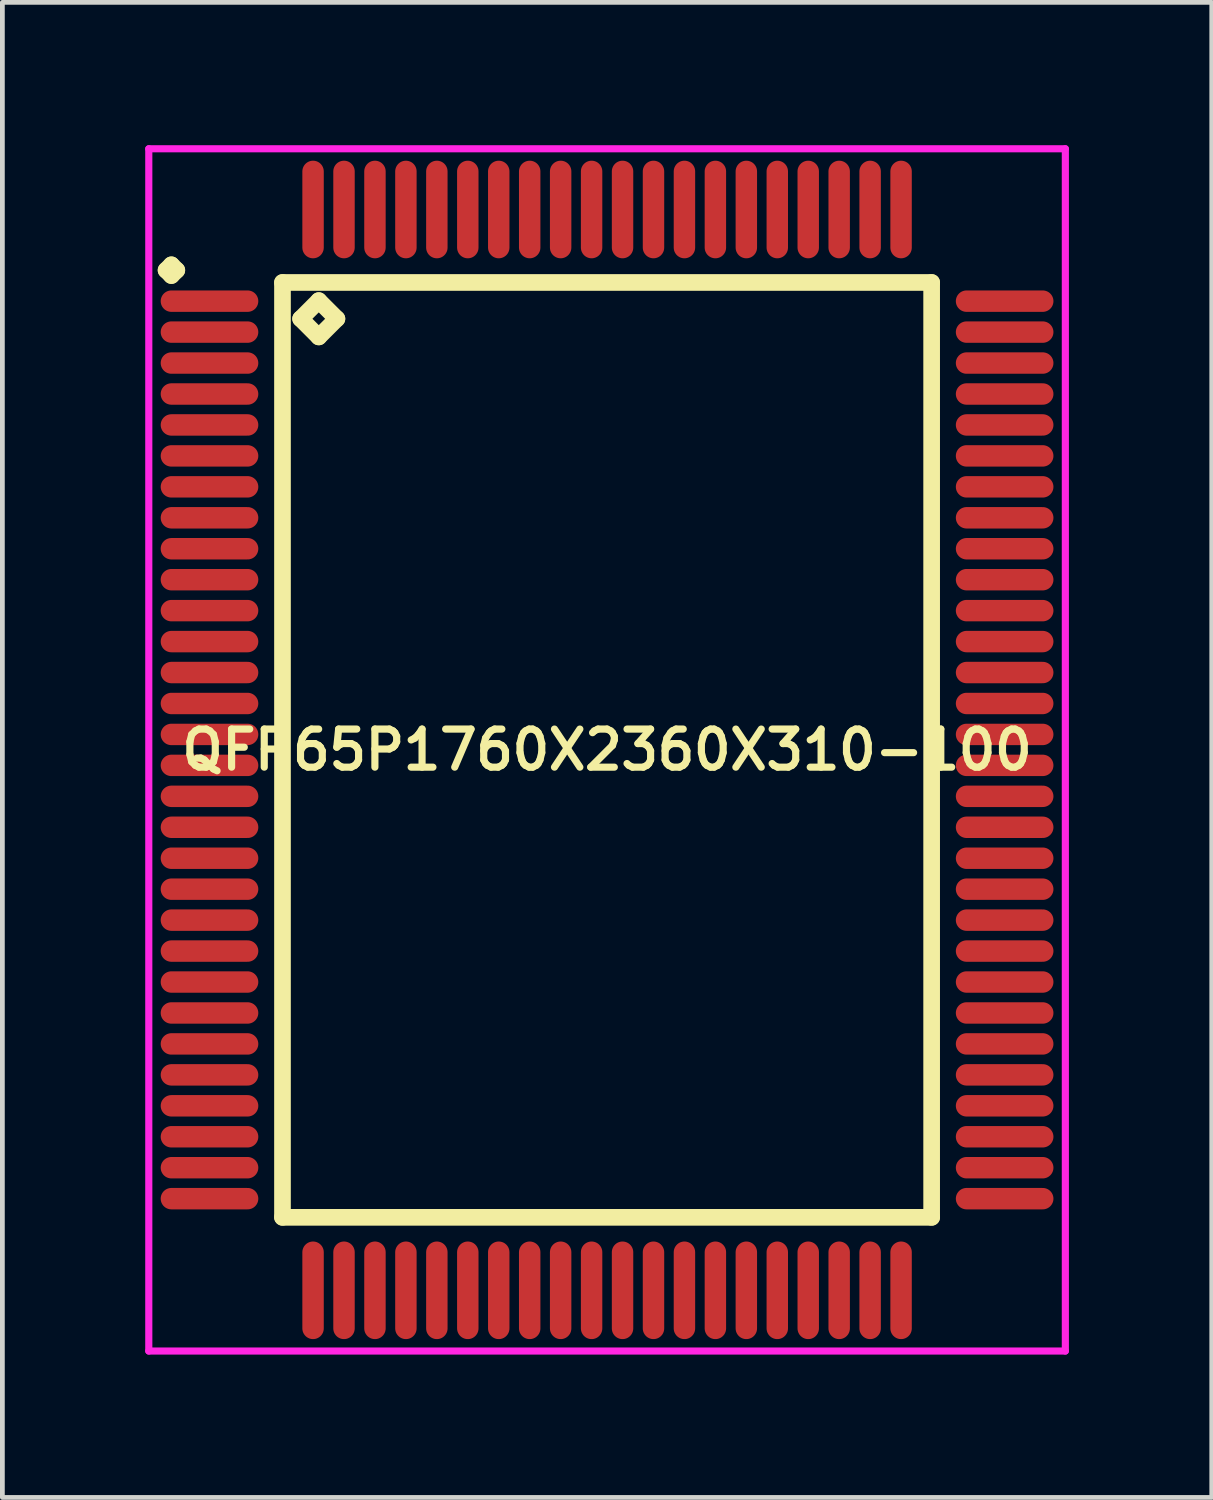
<source format=kicad_pcb>
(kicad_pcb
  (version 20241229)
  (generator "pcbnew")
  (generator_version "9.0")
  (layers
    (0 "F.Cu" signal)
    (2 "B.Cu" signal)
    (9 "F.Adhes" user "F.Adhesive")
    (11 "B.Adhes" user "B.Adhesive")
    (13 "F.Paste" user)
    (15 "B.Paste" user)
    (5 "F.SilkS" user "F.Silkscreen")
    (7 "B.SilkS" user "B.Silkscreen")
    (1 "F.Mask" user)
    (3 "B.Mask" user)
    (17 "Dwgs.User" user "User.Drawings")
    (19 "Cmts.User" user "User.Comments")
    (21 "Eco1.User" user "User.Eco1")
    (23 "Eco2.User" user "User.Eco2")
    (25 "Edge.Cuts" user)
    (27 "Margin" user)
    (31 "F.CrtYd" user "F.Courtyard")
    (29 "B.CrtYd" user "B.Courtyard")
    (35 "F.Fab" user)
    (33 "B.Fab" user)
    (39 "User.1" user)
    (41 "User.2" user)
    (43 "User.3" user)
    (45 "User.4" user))
  (footprint "QFP65P1760X2360X310-100"
    (layer "F.Cu")
    (at 9.7 12.7)
    (property "Reference" "QFP65P1760X2360X310-100" (at 0 0 0) (layer "F.SilkS") (effects (font (size 0.8 0.8) (thickness 0.15))))
    (attr smd)
    (fp_line (start -9.262 -10.075) (end -9.15 -10.188) (stroke (width 0.35) (type solid)) (layer "F.SilkS"))
    (fp_line (start -9.15 -10.188) (end -9.037 -10.075) (stroke (width 0.35) (type solid)) (layer "F.SilkS"))
    (fp_line (start -9.15 -9.963) (end -9.262 -10.075) (stroke (width 0.35) (type solid)) (layer "F.SilkS"))
    (fp_line (start -9.037 -10.075) (end -9.15 -9.963) (stroke (width 0.35) (type solid)) (layer "F.SilkS"))
    (fp_line (start -6.817 -9.817) (end -6.817 9.817) (stroke (width 0.35) (type solid)) (layer "F.SilkS"))
    (fp_line (start -6.817 9.817) (end 6.817 9.817) (stroke (width 0.35) (type solid)) (layer "F.SilkS"))
    (fp_line (start -6.436 -9.055) (end -6.055 -9.436) (stroke (width 0.35) (type solid)) (layer "F.SilkS"))
    (fp_line (start -6.055 -9.436) (end -5.674 -9.055) (stroke (width 0.35) (type solid)) (layer "F.SilkS"))
    (fp_line (start -6.055 -8.674) (end -6.436 -9.055) (stroke (width 0.35) (type solid)) (layer "F.SilkS"))
    (fp_line (start -5.674 -9.055) (end -6.055 -8.674) (stroke (width 0.35) (type solid)) (layer "F.SilkS"))
    (fp_line (start 6.817 -9.817) (end -6.817 -9.817) (stroke (width 0.35) (type solid)) (layer "F.SilkS"))
    (fp_line (start 6.817 9.817) (end 6.817 -9.817) (stroke (width 0.35) (type solid)) (layer "F.SilkS"))
    (fp_line (start -9.625 -12.625) (end 9.625 -12.625) (stroke (width 0.15) (type solid)) (layer "F.CrtYd"))
    (fp_line (start -9.625 12.625) (end -9.625 -12.625) (stroke (width 0.15) (type solid)) (layer "F.CrtYd"))
    (fp_line (start 9.625 -12.625) (end 9.625 12.625) (stroke (width 0.15) (type solid)) (layer "F.CrtYd"))
    (fp_line (start 9.625 12.625) (end -9.625 12.625) (stroke (width 0.15) (type solid)) (layer "F.CrtYd"))
    (pad "1" smd oval (at -8.35 -9.425) (size 2.05 0.45) (layers "F.Cu" "F.Mask" "F.Paste"))
    (pad "2" smd oval (at -8.35 -8.775) (size 2.05 0.45) (layers "F.Cu" "F.Mask" "F.Paste"))
    (pad "3" smd oval (at -8.35 -8.125) (size 2.05 0.45) (layers "F.Cu" "F.Mask" "F.Paste"))
    (pad "4" smd oval (at -8.35 -7.475) (size 2.05 0.45) (layers "F.Cu" "F.Mask" "F.Paste"))
    (pad "5" smd oval (at -8.35 -6.825) (size 2.05 0.45) (layers "F.Cu" "F.Mask" "F.Paste"))
    (pad "6" smd oval (at -8.35 -6.175) (size 2.05 0.45) (layers "F.Cu" "F.Mask" "F.Paste"))
    (pad "7" smd oval (at -8.35 -5.525) (size 2.05 0.45) (layers "F.Cu" "F.Mask" "F.Paste"))
    (pad "8" smd oval (at -8.35 -4.875) (size 2.05 0.45) (layers "F.Cu" "F.Mask" "F.Paste"))
    (pad "9" smd oval (at -8.35 -4.225) (size 2.05 0.45) (layers "F.Cu" "F.Mask" "F.Paste"))
    (pad "10" smd oval (at -8.35 -3.575) (size 2.05 0.45) (layers "F.Cu" "F.Mask" "F.Paste"))
    (pad "11" smd oval (at -8.35 -2.925) (size 2.05 0.45) (layers "F.Cu" "F.Mask" "F.Paste"))
    (pad "12" smd oval (at -8.35 -2.275) (size 2.05 0.45) (layers "F.Cu" "F.Mask" "F.Paste"))
    (pad "13" smd oval (at -8.35 -1.625) (size 2.05 0.45) (layers "F.Cu" "F.Mask" "F.Paste"))
    (pad "14" smd oval (at -8.35 -0.975) (size 2.05 0.45) (layers "F.Cu" "F.Mask" "F.Paste"))
    (pad "15" smd oval (at -8.35 -0.325) (size 2.05 0.45) (layers "F.Cu" "F.Mask" "F.Paste"))
    (pad "16" smd oval (at -8.35 0.325) (size 2.05 0.45) (layers "F.Cu" "F.Mask" "F.Paste"))
    (pad "17" smd oval (at -8.35 0.975) (size 2.05 0.45) (layers "F.Cu" "F.Mask" "F.Paste"))
    (pad "18" smd oval (at -8.35 1.625) (size 2.05 0.45) (layers "F.Cu" "F.Mask" "F.Paste"))
    (pad "19" smd oval (at -8.35 2.275) (size 2.05 0.45) (layers "F.Cu" "F.Mask" "F.Paste"))
    (pad "20" smd oval (at -8.35 2.925) (size 2.05 0.45) (layers "F.Cu" "F.Mask" "F.Paste"))
    (pad "21" smd oval (at -8.35 3.575) (size 2.05 0.45) (layers "F.Cu" "F.Mask" "F.Paste"))
    (pad "22" smd oval (at -8.35 4.225) (size 2.05 0.45) (layers "F.Cu" "F.Mask" "F.Paste"))
    (pad "23" smd oval (at -8.35 4.875) (size 2.05 0.45) (layers "F.Cu" "F.Mask" "F.Paste"))
    (pad "24" smd oval (at -8.35 5.525) (size 2.05 0.45) (layers "F.Cu" "F.Mask" "F.Paste"))
    (pad "25" smd oval (at -8.35 6.175) (size 2.05 0.45) (layers "F.Cu" "F.Mask" "F.Paste"))
    (pad "26" smd oval (at -8.35 6.825) (size 2.05 0.45) (layers "F.Cu" "F.Mask" "F.Paste"))
    (pad "27" smd oval (at -8.35 7.475) (size 2.05 0.45) (layers "F.Cu" "F.Mask" "F.Paste"))
    (pad "28" smd oval (at -8.35 8.125) (size 2.05 0.45) (layers "F.Cu" "F.Mask" "F.Paste"))
    (pad "29" smd oval (at -8.35 8.775) (size 2.05 0.45) (layers "F.Cu" "F.Mask" "F.Paste"))
    (pad "30" smd oval (at -8.35 9.425) (size 2.05 0.45) (layers "F.Cu" "F.Mask" "F.Paste"))
    (pad "31" smd oval (at -6.175 11.35) (size 0.45 2.05) (layers "F.Cu" "F.Mask" "F.Paste"))
    (pad "32" smd oval (at -5.525 11.35) (size 0.45 2.05) (layers "F.Cu" "F.Mask" "F.Paste"))
    (pad "33" smd oval (at -4.875 11.35) (size 0.45 2.05) (layers "F.Cu" "F.Mask" "F.Paste"))
    (pad "34" smd oval (at -4.225 11.35) (size 0.45 2.05) (layers "F.Cu" "F.Mask" "F.Paste"))
    (pad "35" smd oval (at -3.575 11.35) (size 0.45 2.05) (layers "F.Cu" "F.Mask" "F.Paste"))
    (pad "36" smd oval (at -2.925 11.35) (size 0.45 2.05) (layers "F.Cu" "F.Mask" "F.Paste"))
    (pad "37" smd oval (at -2.275 11.35) (size 0.45 2.05) (layers "F.Cu" "F.Mask" "F.Paste"))
    (pad "38" smd oval (at -1.625 11.35) (size 0.45 2.05) (layers "F.Cu" "F.Mask" "F.Paste"))
    (pad "39" smd oval (at -0.975 11.35) (size 0.45 2.05) (layers "F.Cu" "F.Mask" "F.Paste"))
    (pad "40" smd oval (at -0.325 11.35) (size 0.45 2.05) (layers "F.Cu" "F.Mask" "F.Paste"))
    (pad "41" smd oval (at 0.325 11.35) (size 0.45 2.05) (layers "F.Cu" "F.Mask" "F.Paste"))
    (pad "42" smd oval (at 0.975 11.35) (size 0.45 2.05) (layers "F.Cu" "F.Mask" "F.Paste"))
    (pad "43" smd oval (at 1.625 11.35) (size 0.45 2.05) (layers "F.Cu" "F.Mask" "F.Paste"))
    (pad "44" smd oval (at 2.275 11.35) (size 0.45 2.05) (layers "F.Cu" "F.Mask" "F.Paste"))
    (pad "45" smd oval (at 2.925 11.35) (size 0.45 2.05) (layers "F.Cu" "F.Mask" "F.Paste"))
    (pad "46" smd oval (at 3.575 11.35) (size 0.45 2.05) (layers "F.Cu" "F.Mask" "F.Paste"))
    (pad "47" smd oval (at 4.225 11.35) (size 0.45 2.05) (layers "F.Cu" "F.Mask" "F.Paste"))
    (pad "48" smd oval (at 4.875 11.35) (size 0.45 2.05) (layers "F.Cu" "F.Mask" "F.Paste"))
    (pad "49" smd oval (at 5.525 11.35) (size 0.45 2.05) (layers "F.Cu" "F.Mask" "F.Paste"))
    (pad "50" smd oval (at 6.175 11.35) (size 0.45 2.05) (layers "F.Cu" "F.Mask" "F.Paste"))
    (pad "51" smd oval (at 8.35 9.425) (size 2.05 0.45) (layers "F.Cu" "F.Mask" "F.Paste"))
    (pad "52" smd oval (at 8.35 8.775) (size 2.05 0.45) (layers "F.Cu" "F.Mask" "F.Paste"))
    (pad "53" smd oval (at 8.35 8.125) (size 2.05 0.45) (layers "F.Cu" "F.Mask" "F.Paste"))
    (pad "54" smd oval (at 8.35 7.475) (size 2.05 0.45) (layers "F.Cu" "F.Mask" "F.Paste"))
    (pad "55" smd oval (at 8.35 6.825) (size 2.05 0.45) (layers "F.Cu" "F.Mask" "F.Paste"))
    (pad "56" smd oval (at 8.35 6.175) (size 2.05 0.45) (layers "F.Cu" "F.Mask" "F.Paste"))
    (pad "57" smd oval (at 8.35 5.525) (size 2.05 0.45) (layers "F.Cu" "F.Mask" "F.Paste"))
    (pad "58" smd oval (at 8.35 4.875) (size 2.05 0.45) (layers "F.Cu" "F.Mask" "F.Paste"))
    (pad "59" smd oval (at 8.35 4.225) (size 2.05 0.45) (layers "F.Cu" "F.Mask" "F.Paste"))
    (pad "60" smd oval (at 8.35 3.575) (size 2.05 0.45) (layers "F.Cu" "F.Mask" "F.Paste"))
    (pad "61" smd oval (at 8.35 2.925) (size 2.05 0.45) (layers "F.Cu" "F.Mask" "F.Paste"))
    (pad "62" smd oval (at 8.35 2.275) (size 2.05 0.45) (layers "F.Cu" "F.Mask" "F.Paste"))
    (pad "63" smd oval (at 8.35 1.625) (size 2.05 0.45) (layers "F.Cu" "F.Mask" "F.Paste"))
    (pad "64" smd oval (at 8.35 0.975) (size 2.05 0.45) (layers "F.Cu" "F.Mask" "F.Paste"))
    (pad "65" smd oval (at 8.35 0.325) (size 2.05 0.45) (layers "F.Cu" "F.Mask" "F.Paste"))
    (pad "66" smd oval (at 8.35 -0.325) (size 2.05 0.45) (layers "F.Cu" "F.Mask" "F.Paste"))
    (pad "67" smd oval (at 8.35 -0.975) (size 2.05 0.45) (layers "F.Cu" "F.Mask" "F.Paste"))
    (pad "68" smd oval (at 8.35 -1.625) (size 2.05 0.45) (layers "F.Cu" "F.Mask" "F.Paste"))
    (pad "69" smd oval (at 8.35 -2.275) (size 2.05 0.45) (layers "F.Cu" "F.Mask" "F.Paste"))
    (pad "70" smd oval (at 8.35 -2.925) (size 2.05 0.45) (layers "F.Cu" "F.Mask" "F.Paste"))
    (pad "71" smd oval (at 8.35 -3.575) (size 2.05 0.45) (layers "F.Cu" "F.Mask" "F.Paste"))
    (pad "72" smd oval (at 8.35 -4.225) (size 2.05 0.45) (layers "F.Cu" "F.Mask" "F.Paste"))
    (pad "73" smd oval (at 8.35 -4.875) (size 2.05 0.45) (layers "F.Cu" "F.Mask" "F.Paste"))
    (pad "74" smd oval (at 8.35 -5.525) (size 2.05 0.45) (layers "F.Cu" "F.Mask" "F.Paste"))
    (pad "75" smd oval (at 8.35 -6.175) (size 2.05 0.45) (layers "F.Cu" "F.Mask" "F.Paste"))
    (pad "76" smd oval (at 8.35 -6.825) (size 2.05 0.45) (layers "F.Cu" "F.Mask" "F.Paste"))
    (pad "77" smd oval (at 8.35 -7.475) (size 2.05 0.45) (layers "F.Cu" "F.Mask" "F.Paste"))
    (pad "78" smd oval (at 8.35 -8.125) (size 2.05 0.45) (layers "F.Cu" "F.Mask" "F.Paste"))
    (pad "79" smd oval (at 8.35 -8.775) (size 2.05 0.45) (layers "F.Cu" "F.Mask" "F.Paste"))
    (pad "80" smd oval (at 8.35 -9.425) (size 2.05 0.45) (layers "F.Cu" "F.Mask" "F.Paste"))
    (pad "81" smd oval (at 6.175 -11.35) (size 0.45 2.05) (layers "F.Cu" "F.Mask" "F.Paste"))
    (pad "82" smd oval (at 5.525 -11.35) (size 0.45 2.05) (layers "F.Cu" "F.Mask" "F.Paste"))
    (pad "83" smd oval (at 4.875 -11.35) (size 0.45 2.05) (layers "F.Cu" "F.Mask" "F.Paste"))
    (pad "84" smd oval (at 4.225 -11.35) (size 0.45 2.05) (layers "F.Cu" "F.Mask" "F.Paste"))
    (pad "85" smd oval (at 3.575 -11.35) (size 0.45 2.05) (layers "F.Cu" "F.Mask" "F.Paste"))
    (pad "86" smd oval (at 2.925 -11.35) (size 0.45 2.05) (layers "F.Cu" "F.Mask" "F.Paste"))
    (pad "87" smd oval (at 2.275 -11.35) (size 0.45 2.05) (layers "F.Cu" "F.Mask" "F.Paste"))
    (pad "88" smd oval (at 1.625 -11.35) (size 0.45 2.05) (layers "F.Cu" "F.Mask" "F.Paste"))
    (pad "89" smd oval (at 0.975 -11.35) (size 0.45 2.05) (layers "F.Cu" "F.Mask" "F.Paste"))
    (pad "90" smd oval (at 0.325 -11.35) (size 0.45 2.05) (layers "F.Cu" "F.Mask" "F.Paste"))
    (pad "91" smd oval (at -0.325 -11.35) (size 0.45 2.05) (layers "F.Cu" "F.Mask" "F.Paste"))
    (pad "92" smd oval (at -0.975 -11.35) (size 0.45 2.05) (layers "F.Cu" "F.Mask" "F.Paste"))
    (pad "93" smd oval (at -1.625 -11.35) (size 0.45 2.05) (layers "F.Cu" "F.Mask" "F.Paste"))
    (pad "94" smd oval (at -2.275 -11.35) (size 0.45 2.05) (layers "F.Cu" "F.Mask" "F.Paste"))
    (pad "95" smd oval (at -2.925 -11.35) (size 0.45 2.05) (layers "F.Cu" "F.Mask" "F.Paste"))
    (pad "96" smd oval (at -3.575 -11.35) (size 0.45 2.05) (layers "F.Cu" "F.Mask" "F.Paste"))
    (pad "97" smd oval (at -4.225 -11.35) (size 0.45 2.05) (layers "F.Cu" "F.Mask" "F.Paste"))
    (pad "98" smd oval (at -4.875 -11.35) (size 0.45 2.05) (layers "F.Cu" "F.Mask" "F.Paste"))
    (pad "99" smd oval (at -5.525 -11.35) (size 0.45 2.05) (layers "F.Cu" "F.Mask" "F.Paste"))
    (pad "100" smd oval (at -6.175 -11.35) (size 0.45 2.05) (layers "F.Cu" "F.Mask" "F.Paste")))
  (gr_rect
    (start -3 -3)
    (end 22.4 28.4)
    (stroke (width 0.1) (type default))
    (fill no)
    (layer "Edge.Cuts")))
</source>
